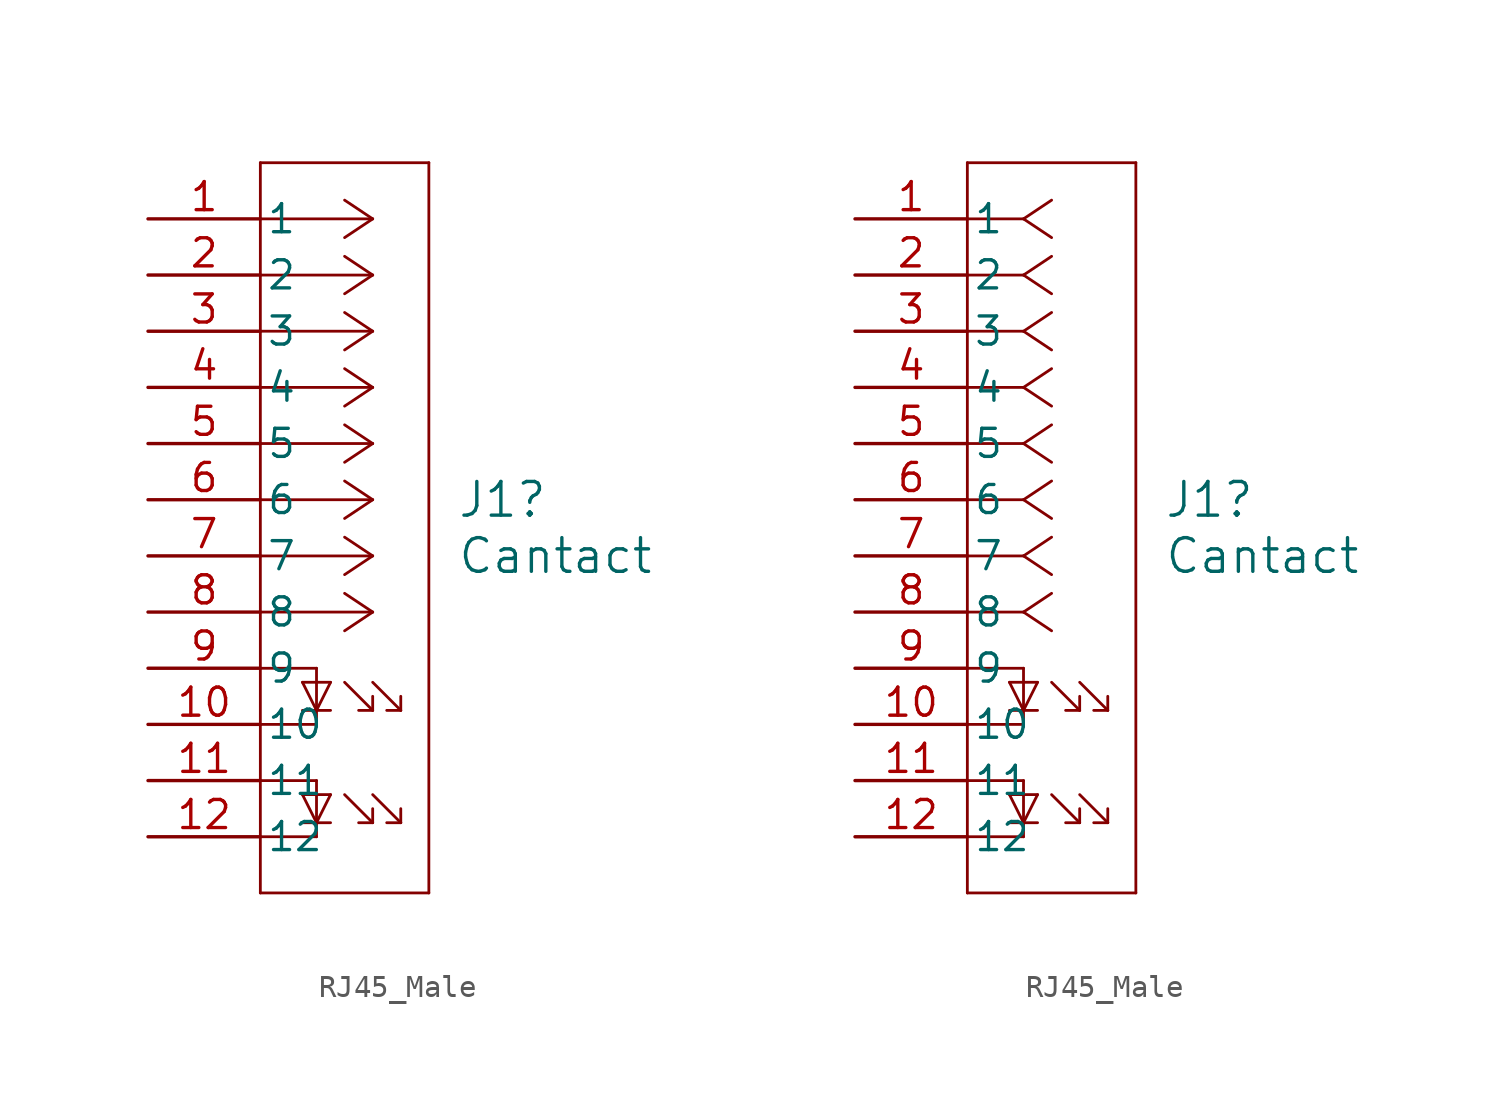
<source format=kicad_sym>
(kicad_symbol_lib
  (version 20241209)
  (generator "kicad_symbol_editor")
  (generator_version "9.0")
  (symbol "RJ45_Male"
    (pin_names
      (offset 0.254))
    (property "Reference" "J1"
      (at 13.97 -12.7 0)
      (effects (font (size 1.524 1.524)) (justify left)))
    (property "Value" "Cantact"
      (at 13.97 -15.24 0)
      (effects (font (size 1.524 1.524)) (justify left)))
    (symbol "RJ45_Male_1_1"
      (polyline (pts (xy 5.08 2.54) (xy 5.08 -30.48)) (stroke (width 0.127) (type default)) (fill (type none)))
      (polyline (pts (xy 5.08 -20.32) (xy 7.62 -20.32)) (stroke (width 0.127) (type default)) (fill (type none)))
      (polyline (pts (xy 5.08 -22.86) (xy 7.62 -22.86)) (stroke (width 0.127) (type default)) (fill (type none)))
      (polyline (pts (xy 5.08 -25.4) (xy 7.62 -25.4)) (stroke (width 0.127) (type default)) (fill (type none)))
      (polyline (pts (xy 5.08 -27.94) (xy 7.62 -27.94)) (stroke (width 0.127) (type default)) (fill (type none)))
      (polyline (pts (xy 5.08 -30.48) (xy 12.7 -30.48)) (stroke (width 0.127) (type default)) (fill (type none)))
      (polyline (pts (xy 6.985 -20.955) (xy 7.62 -22.225)) (stroke (width 0.127) (type default)) (fill (type none)))
      (polyline (pts (xy 6.985 -20.955) (xy 8.255 -20.955)) (stroke (width 0.127) (type default)) (fill (type none)))
      (polyline (pts (xy 6.985 -22.225) (xy 8.255 -22.225)) (stroke (width 0.127) (type default)) (fill (type none)))
      (polyline (pts (xy 6.985 -26.035) (xy 7.62 -27.305)) (stroke (width 0.127) (type default)) (fill (type none)))
      (polyline (pts (xy 6.985 -26.035) (xy 8.255 -26.035)) (stroke (width 0.127) (type default)) (fill (type none)))
      (polyline (pts (xy 6.985 -27.305) (xy 8.255 -27.305)) (stroke (width 0.127) (type default)) (fill (type none)))
      (polyline (pts (xy 7.62 -20.32) (xy 7.62 -22.86)) (stroke (width 0.127) (type default)) (fill (type none)))
      (polyline (pts (xy 7.62 -25.4) (xy 7.62 -27.94)) (stroke (width 0.127) (type default)) (fill (type none)))
      (polyline (pts (xy 8.255 -20.955) (xy 7.62 -22.225)) (stroke (width 0.127) (type default)) (fill (type none)))
      (polyline (pts (xy 8.255 -26.035) (xy 7.62 -27.305)) (stroke (width 0.127) (type default)) (fill (type none)))
      (polyline (pts (xy 8.89 -20.955) (xy 10.16 -22.225)) (stroke (width 0.127) (type default)) (fill (type none)))
      (polyline (pts (xy 8.89 -26.035) (xy 10.16 -27.305)) (stroke (width 0.127) (type default)) (fill (type none)))
      (polyline (pts (xy 9.525 -22.225) (xy 10.16 -22.225)) (stroke (width 0.127) (type default)) (fill (type none)))
      (polyline (pts (xy 9.525 -27.305) (xy 10.16 -27.305)) (stroke (width 0.127) (type default)) (fill (type none)))
      (polyline (pts (xy 10.16 0) (xy 5.08 0)) (stroke (width 0.127) (type default)) (fill (type none)))
      (polyline (pts (xy 10.16 0) (xy 8.89 0.847)) (stroke (width 0.127) (type default)) (fill (type none)))
      (polyline (pts (xy 10.16 0) (xy 8.89 -0.847)) (stroke (width 0.127) (type default)) (fill (type none)))
      (polyline (pts (xy 10.16 -2.54) (xy 5.08 -2.54)) (stroke (width 0.127) (type default)) (fill (type none)))
      (polyline (pts (xy 10.16 -2.54) (xy 8.89 -1.693)) (stroke (width 0.127) (type default)) (fill (type none)))
      (polyline (pts (xy 10.16 -2.54) (xy 8.89 -3.387)) (stroke (width 0.127) (type default)) (fill (type none)))
      (polyline (pts (xy 10.16 -5.08) (xy 5.08 -5.08)) (stroke (width 0.127) (type default)) (fill (type none)))
      (polyline (pts (xy 10.16 -5.08) (xy 8.89 -4.233)) (stroke (width 0.127) (type default)) (fill (type none)))
      (polyline (pts (xy 10.16 -5.08) (xy 8.89 -5.927)) (stroke (width 0.127) (type default)) (fill (type none)))
      (polyline (pts (xy 10.16 -7.62) (xy 5.08 -7.62)) (stroke (width 0.127) (type default)) (fill (type none)))
      (polyline (pts (xy 10.16 -7.62) (xy 8.89 -6.773)) (stroke (width 0.127) (type default)) (fill (type none)))
      (polyline (pts (xy 10.16 -7.62) (xy 8.89 -8.467)) (stroke (width 0.127) (type default)) (fill (type none)))
      (polyline (pts (xy 10.16 -10.16) (xy 5.08 -10.16)) (stroke (width 0.127) (type default)) (fill (type none)))
      (polyline (pts (xy 10.16 -10.16) (xy 8.89 -9.313)) (stroke (width 0.127) (type default)) (fill (type none)))
      (polyline (pts (xy 10.16 -10.16) (xy 8.89 -11.007)) (stroke (width 0.127) (type default)) (fill (type none)))
      (polyline (pts (xy 10.16 -12.7) (xy 5.08 -12.7)) (stroke (width 0.127) (type default)) (fill (type none)))
      (polyline (pts (xy 10.16 -12.7) (xy 8.89 -11.853)) (stroke (width 0.127) (type default)) (fill (type none)))
      (polyline (pts (xy 10.16 -12.7) (xy 8.89 -13.547)) (stroke (width 0.127) (type default)) (fill (type none)))
      (polyline (pts (xy 10.16 -15.24) (xy 5.08 -15.24)) (stroke (width 0.127) (type default)) (fill (type none)))
      (polyline (pts (xy 10.16 -15.24) (xy 8.89 -14.393)) (stroke (width 0.127) (type default)) (fill (type none)))
      (polyline (pts (xy 10.16 -15.24) (xy 8.89 -16.087)) (stroke (width 0.127) (type default)) (fill (type none)))
      (polyline (pts (xy 10.16 -17.78) (xy 5.08 -17.78)) (stroke (width 0.127) (type default)) (fill (type none)))
      (polyline (pts (xy 10.16 -17.78) (xy 8.89 -16.933)) (stroke (width 0.127) (type default)) (fill (type none)))
      (polyline (pts (xy 10.16 -17.78) (xy 8.89 -18.627)) (stroke (width 0.127) (type default)) (fill (type none)))
      (polyline (pts (xy 10.16 -20.955) (xy 11.43 -22.225)) (stroke (width 0.127) (type default)) (fill (type none)))
      (polyline (pts (xy 10.16 -21.59) (xy 10.16 -22.225)) (stroke (width 0.127) (type default)) (fill (type none)))
      (polyline (pts (xy 10.16 -26.035) (xy 11.43 -27.305)) (stroke (width 0.127) (type default)) (fill (type none)))
      (polyline (pts (xy 10.16 -26.67) (xy 10.16 -27.305)) (stroke (width 0.127) (type default)) (fill (type none)))
      (polyline (pts (xy 10.795 -22.225) (xy 11.43 -22.225)) (stroke (width 0.127) (type default)) (fill (type none)))
      (polyline (pts (xy 10.795 -27.305) (xy 11.43 -27.305)) (stroke (width 0.127) (type default)) (fill (type none)))
      (polyline (pts (xy 11.43 -21.59) (xy 11.43 -22.225)) (stroke (width 0.127) (type default)) (fill (type none)))
      (polyline (pts (xy 11.43 -26.67) (xy 11.43 -27.305)) (stroke (width 0.127) (type default)) (fill (type none)))
      (polyline (pts (xy 12.7 2.54) (xy 5.08 2.54)) (stroke (width 0.127) (type default)) (fill (type none)))
      (polyline (pts (xy 12.7 -30.48) (xy 12.7 2.54)) (stroke (width 0.127) (type default)) (fill (type none)))
      (pin unspecified line (at 0 0 0) (length 5.08) (name "1" (effects (font (size 1.27 1.27)))) (number "1" (effects (font (size 1.27 1.27)))))
      (pin unspecified line (at 0 -2.54 0) (length 5.08) (name "2" (effects (font (size 1.27 1.27)))) (number "2" (effects (font (size 1.27 1.27)))))
      (pin unspecified line (at 0 -5.08 0) (length 5.08) (name "3" (effects (font (size 1.27 1.27)))) (number "3" (effects (font (size 1.27 1.27)))))
      (pin unspecified line (at 0 -7.62 0) (length 5.08) (name "4" (effects (font (size 1.27 1.27)))) (number "4" (effects (font (size 1.27 1.27)))))
      (pin unspecified line (at 0 -10.16 0) (length 5.08) (name "5" (effects (font (size 1.27 1.27)))) (number "5" (effects (font (size 1.27 1.27)))))
      (pin unspecified line (at 0 -12.7 0) (length 5.08) (name "6" (effects (font (size 1.27 1.27)))) (number "6" (effects (font (size 1.27 1.27)))))
      (pin unspecified line (at 0 -15.24 0) (length 5.08) (name "7" (effects (font (size 1.27 1.27)))) (number "7" (effects (font (size 1.27 1.27)))))
      (pin unspecified line (at 0 -17.78 0) (length 5.08) (name "8" (effects (font (size 1.27 1.27)))) (number "8" (effects (font (size 1.27 1.27)))))
      (pin unspecified line (at 0 -20.32 0) (length 5.08) (name "9" (effects (font (size 1.27 1.27)))) (number "9" (effects (font (size 1.27 1.27)))))
      (pin unspecified line (at 0 -22.86 0) (length 5.08) (name "10" (effects (font (size 1.27 1.27)))) (number "10" (effects (font (size 1.27 1.27)))))
      (pin unspecified line (at 0 -25.4 0) (length 5.08) (name "11" (effects (font (size 1.27 1.27)))) (number "11" (effects (font (size 1.27 1.27)))))
      (pin unspecified line (at 0 -27.94 0) (length 5.08) (name "12" (effects (font (size 1.27 1.27)))) (number "12" (effects (font (size 1.27 1.27))))))
    (symbol "RJ45_Male_1_2"
      (polyline (pts (xy 5.08 2.54) (xy 5.08 -30.48)) (stroke (width 0.127) (type default)) (fill (type none)))
      (polyline (pts (xy 5.08 -20.32) (xy 7.62 -20.32)) (stroke (width 0.127) (type default)) (fill (type none)))
      (polyline (pts (xy 5.08 -22.86) (xy 7.62 -22.86)) (stroke (width 0.127) (type default)) (fill (type none)))
      (polyline (pts (xy 5.08 -25.4) (xy 7.62 -25.4)) (stroke (width 0.127) (type default)) (fill (type none)))
      (polyline (pts (xy 5.08 -27.94) (xy 7.62 -27.94)) (stroke (width 0.127) (type default)) (fill (type none)))
      (polyline (pts (xy 5.08 -30.48) (xy 12.7 -30.48)) (stroke (width 0.127) (type default)) (fill (type none)))
      (polyline (pts (xy 6.985 -20.955) (xy 7.62 -22.225)) (stroke (width 0.127) (type default)) (fill (type none)))
      (polyline (pts (xy 6.985 -20.955) (xy 8.255 -20.955)) (stroke (width 0.127) (type default)) (fill (type none)))
      (polyline (pts (xy 6.985 -22.225) (xy 8.255 -22.225)) (stroke (width 0.127) (type default)) (fill (type none)))
      (polyline (pts (xy 6.985 -26.035) (xy 7.62 -27.305)) (stroke (width 0.127) (type default)) (fill (type none)))
      (polyline (pts (xy 6.985 -26.035) (xy 8.255 -26.035)) (stroke (width 0.127) (type default)) (fill (type none)))
      (polyline (pts (xy 6.985 -27.305) (xy 8.255 -27.305)) (stroke (width 0.127) (type default)) (fill (type none)))
      (polyline (pts (xy 7.62 0) (xy 5.08 0)) (stroke (width 0.127) (type default)) (fill (type none)))
      (polyline (pts (xy 7.62 0) (xy 8.89 0.847)) (stroke (width 0.127) (type default)) (fill (type none)))
      (polyline (pts (xy 7.62 0) (xy 8.89 -0.847)) (stroke (width 0.127) (type default)) (fill (type none)))
      (polyline (pts (xy 7.62 -2.54) (xy 5.08 -2.54)) (stroke (width 0.127) (type default)) (fill (type none)))
      (polyline (pts (xy 7.62 -2.54) (xy 8.89 -1.693)) (stroke (width 0.127) (type default)) (fill (type none)))
      (polyline (pts (xy 7.62 -2.54) (xy 8.89 -3.387)) (stroke (width 0.127) (type default)) (fill (type none)))
      (polyline (pts (xy 7.62 -5.08) (xy 5.08 -5.08)) (stroke (width 0.127) (type default)) (fill (type none)))
      (polyline (pts (xy 7.62 -5.08) (xy 8.89 -4.233)) (stroke (width 0.127) (type default)) (fill (type none)))
      (polyline (pts (xy 7.62 -5.08) (xy 8.89 -5.927)) (stroke (width 0.127) (type default)) (fill (type none)))
      (polyline (pts (xy 7.62 -7.62) (xy 5.08 -7.62)) (stroke (width 0.127) (type default)) (fill (type none)))
      (polyline (pts (xy 7.62 -7.62) (xy 8.89 -6.773)) (stroke (width 0.127) (type default)) (fill (type none)))
      (polyline (pts (xy 7.62 -7.62) (xy 8.89 -8.467)) (stroke (width 0.127) (type default)) (fill (type none)))
      (polyline (pts (xy 7.62 -10.16) (xy 5.08 -10.16)) (stroke (width 0.127) (type default)) (fill (type none)))
      (polyline (pts (xy 7.62 -10.16) (xy 8.89 -9.313)) (stroke (width 0.127) (type default)) (fill (type none)))
      (polyline (pts (xy 7.62 -10.16) (xy 8.89 -11.007)) (stroke (width 0.127) (type default)) (fill (type none)))
      (polyline (pts (xy 7.62 -12.7) (xy 5.08 -12.7)) (stroke (width 0.127) (type default)) (fill (type none)))
      (polyline (pts (xy 7.62 -12.7) (xy 8.89 -11.853)) (stroke (width 0.127) (type default)) (fill (type none)))
      (polyline (pts (xy 7.62 -12.7) (xy 8.89 -13.547)) (stroke (width 0.127) (type default)) (fill (type none)))
      (polyline (pts (xy 7.62 -15.24) (xy 5.08 -15.24)) (stroke (width 0.127) (type default)) (fill (type none)))
      (polyline (pts (xy 7.62 -15.24) (xy 8.89 -14.393)) (stroke (width 0.127) (type default)) (fill (type none)))
      (polyline (pts (xy 7.62 -15.24) (xy 8.89 -16.087)) (stroke (width 0.127) (type default)) (fill (type none)))
      (polyline (pts (xy 7.62 -17.78) (xy 5.08 -17.78)) (stroke (width 0.127) (type default)) (fill (type none)))
      (polyline (pts (xy 7.62 -17.78) (xy 8.89 -16.933)) (stroke (width 0.127) (type default)) (fill (type none)))
      (polyline (pts (xy 7.62 -17.78) (xy 8.89 -18.627)) (stroke (width 0.127) (type default)) (fill (type none)))
      (polyline (pts (xy 7.62 -20.32) (xy 7.62 -22.86)) (stroke (width 0.127) (type default)) (fill (type none)))
      (polyline (pts (xy 7.62 -25.4) (xy 7.62 -27.94)) (stroke (width 0.127) (type default)) (fill (type none)))
      (polyline (pts (xy 8.255 -20.955) (xy 7.62 -22.225)) (stroke (width 0.127) (type default)) (fill (type none)))
      (polyline (pts (xy 8.255 -26.035) (xy 7.62 -27.305)) (stroke (width 0.127) (type default)) (fill (type none)))
      (polyline (pts (xy 8.89 -20.955) (xy 10.16 -22.225)) (stroke (width 0.127) (type default)) (fill (type none)))
      (polyline (pts (xy 8.89 -26.035) (xy 10.16 -27.305)) (stroke (width 0.127) (type default)) (fill (type none)))
      (polyline (pts (xy 9.525 -22.225) (xy 10.16 -22.225)) (stroke (width 0.127) (type default)) (fill (type none)))
      (polyline (pts (xy 9.525 -27.305) (xy 10.16 -27.305)) (stroke (width 0.127) (type default)) (fill (type none)))
      (polyline (pts (xy 10.16 -20.955) (xy 11.43 -22.225)) (stroke (width 0.127) (type default)) (fill (type none)))
      (polyline (pts (xy 10.16 -21.59) (xy 10.16 -22.225)) (stroke (width 0.127) (type default)) (fill (type none)))
      (polyline (pts (xy 10.16 -26.035) (xy 11.43 -27.305)) (stroke (width 0.127) (type default)) (fill (type none)))
      (polyline (pts (xy 10.16 -26.67) (xy 10.16 -27.305)) (stroke (width 0.127) (type default)) (fill (type none)))
      (polyline (pts (xy 10.795 -22.225) (xy 11.43 -22.225)) (stroke (width 0.127) (type default)) (fill (type none)))
      (polyline (pts (xy 10.795 -27.305) (xy 11.43 -27.305)) (stroke (width 0.127) (type default)) (fill (type none)))
      (polyline (pts (xy 11.43 -21.59) (xy 11.43 -22.225)) (stroke (width 0.127) (type default)) (fill (type none)))
      (polyline (pts (xy 11.43 -26.67) (xy 11.43 -27.305)) (stroke (width 0.127) (type default)) (fill (type none)))
      (polyline (pts (xy 12.7 2.54) (xy 5.08 2.54)) (stroke (width 0.127) (type default)) (fill (type none)))
      (polyline (pts (xy 12.7 -30.48) (xy 12.7 2.54)) (stroke (width 0.127) (type default)) (fill (type none)))
      (pin unspecified line (at 0 0 0) (length 5.08) (name "1" (effects (font (size 1.27 1.27)))) (number "1" (effects (font (size 1.27 1.27)))))
      (pin unspecified line (at 0 -2.54 0) (length 5.08) (name "2" (effects (font (size 1.27 1.27)))) (number "2" (effects (font (size 1.27 1.27)))))
      (pin unspecified line (at 0 -5.08 0) (length 5.08) (name "3" (effects (font (size 1.27 1.27)))) (number "3" (effects (font (size 1.27 1.27)))))
      (pin unspecified line (at 0 -7.62 0) (length 5.08) (name "4" (effects (font (size 1.27 1.27)))) (number "4" (effects (font (size 1.27 1.27)))))
      (pin unspecified line (at 0 -10.16 0) (length 5.08) (name "5" (effects (font (size 1.27 1.27)))) (number "5" (effects (font (size 1.27 1.27)))))
      (pin unspecified line (at 0 -12.7 0) (length 5.08) (name "6" (effects (font (size 1.27 1.27)))) (number "6" (effects (font (size 1.27 1.27)))))
      (pin unspecified line (at 0 -15.24 0) (length 5.08) (name "7" (effects (font (size 1.27 1.27)))) (number "7" (effects (font (size 1.27 1.27)))))
      (pin unspecified line (at 0 -17.78 0) (length 5.08) (name "8" (effects (font (size 1.27 1.27)))) (number "8" (effects (font (size 1.27 1.27)))))
      (pin unspecified line (at 0 -20.32 0) (length 5.08) (name "9" (effects (font (size 1.27 1.27)))) (number "9" (effects (font (size 1.27 1.27)))))
      (pin unspecified line (at 0 -22.86 0) (length 5.08) (name "10" (effects (font (size 1.27 1.27)))) (number "10" (effects (font (size 1.27 1.27)))))
      (pin unspecified line (at 0 -25.4 0) (length 5.08) (name "11" (effects (font (size 1.27 1.27)))) (number "11" (effects (font (size 1.27 1.27)))))
      (pin unspecified line (at 0 -27.94 0) (length 5.08) (name "12" (effects (font (size 1.27 1.27)))) (number "12" (effects (font (size 1.27 1.27))))))))
</source>
